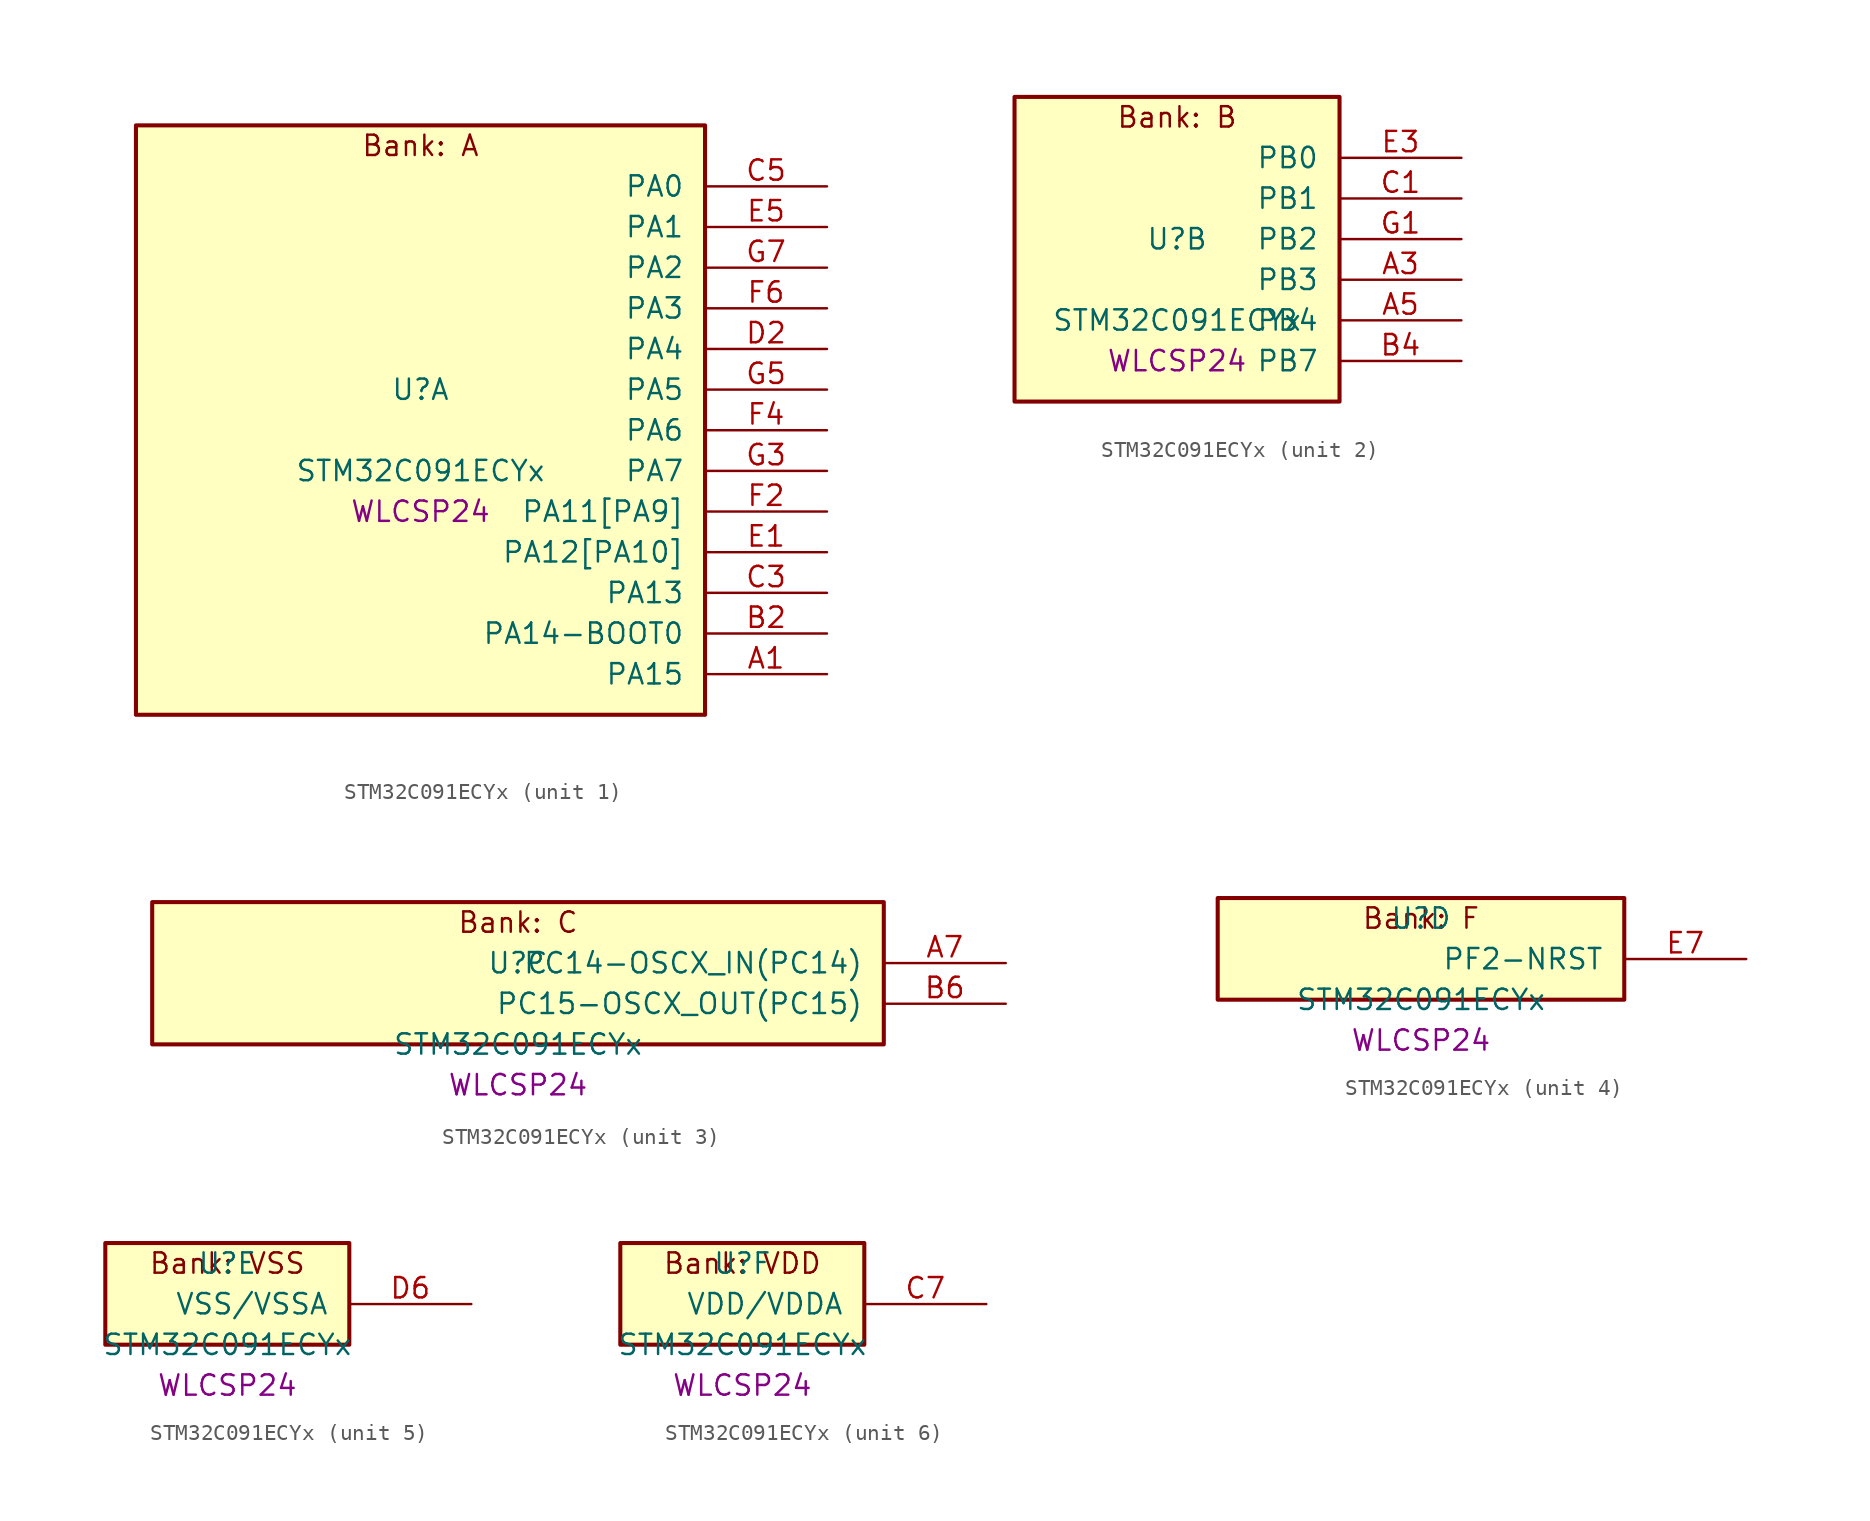
<source format=kicad_sym>
(kicad_symbol_lib
  (version 20241209)
  (generator "stm32_pkl_generator")
  (generator_version "1.0")
  (symbol "STM32C091ECYx"
    (pin_names
      (offset 1.27))
    (property "Reference" "U"
      (at 0 2.54 0))
    (property "Value" "STM32C091ECYx"
      (at 0 -2.54 0))
    (property "Footprint" "WLCSP24"
      (at 0 -5.08 0))
    (symbol "STM32C091ECYx_1_1"
      (rectangle (start -17.78 19.05) (end 17.78 -17.78) (stroke (width 0.254) (type solid)) (fill (type background)))
      (text "Bank: A" (at 0 17.78 0))
      (pin bidirectional line (at 25.4 15.24 180) (length 7.62) (name "PA0") (number "C5") (alternate "PA0/ADC1_IN0" bidirectional line) (alternate "PA0/PWR_WKUP1" bidirectional line) (alternate "PA0/SPI2_SCK" bidirectional line) (alternate "PA0/TIM16_CH1" bidirectional line) (alternate "PA0/TIM1_CH1" bidirectional line) (alternate "PA0/TIM2_CH1" bidirectional line) (alternate "PA0/TIM2_ETR" bidirectional line) (alternate "PA0/USART1_TX" bidirectional line) (alternate "PA0/USART2_CTS" bidirectional line) (alternate "PA0/USART2_NSS" bidirectional line) (alternate "PA0/USART4_TX" bidirectional line))
      (pin bidirectional line (at 25.4 12.7 180) (length 7.62) (name "PA1") (number "E5") (alternate "PA1/ADC1_IN1" bidirectional line) (alternate "PA1/I2C1_SMBA" bidirectional line) (alternate "PA1/I2S1_CK" bidirectional line) (alternate "PA1/SPI1_SCK" bidirectional line) (alternate "PA1/TIM15_CH1N" bidirectional line) (alternate "PA1/TIM17_CH1" bidirectional line) (alternate "PA1/TIM1_CH2" bidirectional line) (alternate "PA1/TIM2_CH2" bidirectional line) (alternate "PA1/USART1_RX" bidirectional line) (alternate "PA1/USART2_CK" bidirectional line) (alternate "PA1/USART2_DE" bidirectional line) (alternate "PA1/USART2_RTS" bidirectional line) (alternate "PA1/USART4_RX" bidirectional line))
      (pin bidirectional line (at 25.4 10.16 180) (length 7.62) (name "PA2") (number "G7") (alternate "PA2/ADC1_IN2" bidirectional line) (alternate "PA2/I2S1_SD" bidirectional line) (alternate "PA2/PWR_WKUP4" bidirectional line) (alternate "PA2/RCC_LSCO" bidirectional line) (alternate "PA2/SPI1_MOSI" bidirectional line) (alternate "PA2/TIM15_CH1" bidirectional line) (alternate "PA2/TIM16_CH1N" bidirectional line) (alternate "PA2/TIM1_CH3" bidirectional line) (alternate "PA2/TIM2_CH3" bidirectional line) (alternate "PA2/TIM3_ETR" bidirectional line) (alternate "PA2/USART2_TX" bidirectional line))
      (pin bidirectional line (at 25.4 7.62 180) (length 7.62) (name "PA3") (number "F6") (alternate "PA3/ADC1_IN3" bidirectional line) (alternate "PA3/SPI2_MISO" bidirectional line) (alternate "PA3/TIM15_CH2" bidirectional line) (alternate "PA3/TIM1_CH1N" bidirectional line) (alternate "PA3/TIM1_CH4" bidirectional line) (alternate "PA3/TIM2_CH4" bidirectional line) (alternate "PA3/USART2_RX" bidirectional line))
      (pin bidirectional line (at 25.4 5.08 180) (length 7.62) (name "PA4") (number "D2") (alternate "PA4/ADC1_IN4" bidirectional line) (alternate "PA4/I2S1_WS" bidirectional line) (alternate "PA4/PWR_WKUP2" bidirectional line) (alternate "PA4/RTC_OUT1" bidirectional line) (alternate "PA4/RTC_TS" bidirectional line) (alternate "PA4/SPI1_NSS" bidirectional line) (alternate "PA4/SPI2_MOSI" bidirectional line) (alternate "PA4/TIM14_CH1" bidirectional line) (alternate "PA4/TIM17_CH1N" bidirectional line) (alternate "PA4/TIM1_CH2N" bidirectional line) (alternate "PA4/USART2_TX" bidirectional line))
      (pin bidirectional line (at 25.4 2.54 180) (length 7.62) (name "PA5") (number "G5") (alternate "PA5/ADC1_IN5" bidirectional line) (alternate "PA5/I2S1_CK" bidirectional line) (alternate "PA5/SPI1_SCK" bidirectional line) (alternate "PA5/TIM1_CH1" bidirectional line) (alternate "PA5/TIM1_CH3N" bidirectional line) (alternate "PA5/TIM2_CH1" bidirectional line) (alternate "PA5/TIM2_ETR" bidirectional line) (alternate "PA5/USART2_RX" bidirectional line) (alternate "PA5/USART3_TX" bidirectional line))
      (pin bidirectional line (at 25.4 0 180) (length 7.62) (name "PA6") (number "F4") (alternate "PA6/ADC1_IN6" bidirectional line) (alternate "PA6/I2C2_SDA" bidirectional line) (alternate "PA6/I2S1_MCK" bidirectional line) (alternate "PA6/SPI1_MISO" bidirectional line) (alternate "PA6/TIM16_CH1" bidirectional line) (alternate "PA6/TIM1_BKIN" bidirectional line) (alternate "PA6/TIM3_CH1" bidirectional line) (alternate "PA6/USART3_CTS" bidirectional line) (alternate "PA6/USART3_NSS" bidirectional line))
      (pin bidirectional line (at 25.4 -2.54 180) (length 7.62) (name "PA7") (number "G3") (alternate "PA7/ADC1_IN7" bidirectional line) (alternate "PA7/I2C2_SCL" bidirectional line) (alternate "PA7/I2S1_SD" bidirectional line) (alternate "PA7/SPI1_MOSI" bidirectional line) (alternate "PA7/TIM14_CH1" bidirectional line) (alternate "PA7/TIM17_CH1" bidirectional line) (alternate "PA7/TIM1_CH1N" bidirectional line) (alternate "PA7/TIM3_CH2" bidirectional line))
      (pin bidirectional line (at 25.4 -5.08 180) (length 7.62) (name "PA11[PA9]") (number "F2") (alternate "PA11[PA9]/ADC1_EXTI11" bidirectional line) (alternate "PA11[PA9]/I2C2_SCL" bidirectional line) (alternate "PA11[PA9]/I2S1_MCK" bidirectional line) (alternate "PA11[PA9]/SPI1_MISO" bidirectional line) (alternate "PA11[PA9]/TIM1_BKIN2" bidirectional line) (alternate "PA11[PA9]/TIM1_CH4" bidirectional line) (alternate "PA11[PA9]/USART1_CTS" bidirectional line) (alternate "PA11[PA9]/USART1_NSS" bidirectional line) (alternate "PA11[PA9]/PA9[PA11]" bidirectional line) (alternate "PA11[PA9]/I2C1_SCL" bidirectional line) (alternate "PA11[PA9]/RCC_MCO" bidirectional line) (alternate "PA11[PA9]/SPI2_MISO" bidirectional line) (alternate "PA11[PA9]/TIM15_BKIN" bidirectional line) (alternate "PA11[PA9]/TIM1_CH2" bidirectional line) (alternate "PA11[PA9]/TIM3_ETR" bidirectional line) (alternate "PA11[PA9]/USART1_TX" bidirectional line))
      (pin bidirectional line (at 25.4 -7.62 180) (length 7.62) (name "PA12[PA10]") (number "E1") (alternate "PA12[PA10]/I2C2_SDA" bidirectional line) (alternate "PA12[PA10]/I2S1_SD" bidirectional line) (alternate "PA12[PA10]/I2S_CKIN" bidirectional line) (alternate "PA12[PA10]/SPI1_MOSI" bidirectional line) (alternate "PA12[PA10]/TIM1_ETR" bidirectional line) (alternate "PA12[PA10]/USART1_CK" bidirectional line) (alternate "PA12[PA10]/USART1_DE" bidirectional line) (alternate "PA12[PA10]/USART1_RTS" bidirectional line) (alternate "PA12[PA10]/PA10[PA12]" bidirectional line) (alternate "PA12[PA10]/I2C1_SDA" bidirectional line) (alternate "PA12[PA10]/RCC_MCO_2" bidirectional line) (alternate "PA12[PA10]/SPI2_MOSI" bidirectional line) (alternate "PA12[PA10]/TIM17_BKIN" bidirectional line) (alternate "PA12[PA10]/TIM1_CH3" bidirectional line) (alternate "PA12[PA10]/USART1_RX" bidirectional line))
      (pin bidirectional line (at 25.4 -10.16 180) (length 7.62) (name "PA13") (number "C3") (alternate "PA13/ADC1_IN13" bidirectional line) (alternate "PA13/DEBUG_SWDIO" bidirectional line) (alternate "PA13/IR_OUT" bidirectional line) (alternate "PA13/TIM3_ETR" bidirectional line) (alternate "PA13/USART2_RX" bidirectional line))
      (pin bidirectional line (at 25.4 -12.7 180) (length 7.62) (name "PA14-BOOT0") (number "B2") (alternate "PA14-BOOT0/ADC1_IN14" bidirectional line) (alternate "PA14-BOOT0/BOOT0" bidirectional line) (alternate "PA14-BOOT0/DEBUG_SWCLK" bidirectional line) (alternate "PA14-BOOT0/I2S1_WS" bidirectional line) (alternate "PA14-BOOT0/RCC_MCO_2" bidirectional line) (alternate "PA14-BOOT0/SPI1_NSS" bidirectional line) (alternate "PA14-BOOT0/TIM1_CH1" bidirectional line) (alternate "PA14-BOOT0/USART1_CK" bidirectional line) (alternate "PA14-BOOT0/USART1_DE" bidirectional line) (alternate "PA14-BOOT0/USART1_RTS" bidirectional line) (alternate "PA14-BOOT0/USART2_RX" bidirectional line) (alternate "PA14-BOOT0/USART2_TX" bidirectional line))
      (pin bidirectional line (at 25.4 -15.24 180) (length 7.62) (name "PA15") (number "A1") (alternate "PA15/I2S1_WS" bidirectional line) (alternate "PA15/RCC_MCO_2" bidirectional line) (alternate "PA15/SPI1_NSS" bidirectional line) (alternate "PA15/TIM1_CH1" bidirectional line) (alternate "PA15/TIM2_CH1" bidirectional line) (alternate "PA15/TIM2_ETR" bidirectional line) (alternate "PA15/USART1_CK" bidirectional line) (alternate "PA15/USART1_DE" bidirectional line) (alternate "PA15/USART1_RTS" bidirectional line) (alternate "PA15/USART2_RX" bidirectional line) (alternate "PA15/USART3_CK" bidirectional line) (alternate "PA15/USART3_DE" bidirectional line) (alternate "PA15/USART3_RTS" bidirectional line) (alternate "PA15/USART4_CK" bidirectional line) (alternate "PA15/USART4_DE" bidirectional line) (alternate "PA15/USART4_RTS" bidirectional line)))
    (symbol "STM32C091ECYx_2_1"
      (rectangle (start -10.16 11.43) (end 10.16 -7.62) (stroke (width 0.254) (type solid)) (fill (type background)))
      (text "Bank: B" (at 0 10.16 0))
      (pin bidirectional line (at 17.78 7.62 180) (length 7.62) (name "PB0") (number "E3") (alternate "PB0/ADC1_IN17" bidirectional line) (alternate "PB0/I2S1_WS" bidirectional line) (alternate "PB0/SPI1_NSS" bidirectional line) (alternate "PB0/TIM1_CH2N" bidirectional line) (alternate "PB0/TIM3_CH3" bidirectional line) (alternate "PB0/USART3_RX" bidirectional line))
      (pin bidirectional line (at 17.78 5.08 180) (length 7.62) (name "PB1") (number "C1") (alternate "PB1/ADC1_IN18" bidirectional line) (alternate "PB1/TIM14_CH1" bidirectional line) (alternate "PB1/TIM1_CH2N" bidirectional line) (alternate "PB1/TIM1_CH3N" bidirectional line) (alternate "PB1/TIM3_CH4" bidirectional line) (alternate "PB1/USART3_CK" bidirectional line) (alternate "PB1/USART3_DE" bidirectional line) (alternate "PB1/USART3_RTS" bidirectional line))
      (pin bidirectional line (at 17.78 2.54 180) (length 7.62) (name "PB2") (number "G1") (alternate "PB2/ADC1_IN19" bidirectional line) (alternate "PB2/RCC_MCO_2" bidirectional line) (alternate "PB2/SPI2_MISO" bidirectional line) (alternate "PB2/USART1_RX" bidirectional line) (alternate "PB2/USART3_TX" bidirectional line) (alternate "PB2/PA8" bidirectional line) (alternate "PB2/ADC1_IN8" bidirectional line) (alternate "PB2/I2S1_WS" bidirectional line) (alternate "PB2/RCC_MCO" bidirectional line) (alternate "PB2/SPI1_NSS" bidirectional line) (alternate "PB2/SPI2_NSS" bidirectional line) (alternate "PB2/TIM14_CH1" bidirectional line) (alternate "PB2/TIM1_CH1" bidirectional line) (alternate "PB2/TIM1_CH2N" bidirectional line) (alternate "PB2/TIM1_CH3N" bidirectional line) (alternate "PB2/TIM3_CH3" bidirectional line) (alternate "PB2/TIM3_CH4" bidirectional line) (alternate "PB2/USART2_TX" bidirectional line))
      (pin bidirectional line (at 17.78 0 180) (length 7.62) (name "PB3") (number "A3") (alternate "PB3/I2C2_SCL" bidirectional line) (alternate "PB3/I2S1_CK" bidirectional line) (alternate "PB3/SPI1_SCK" bidirectional line) (alternate "PB3/TIM1_CH2" bidirectional line) (alternate "PB3/TIM2_CH2" bidirectional line) (alternate "PB3/TIM3_CH2" bidirectional line) (alternate "PB3/USART1_CK" bidirectional line) (alternate "PB3/USART1_DE" bidirectional line) (alternate "PB3/USART1_RTS" bidirectional line) (alternate "PB3/PB5" bidirectional line) (alternate "PB3/I2C1_SMBA" bidirectional line) (alternate "PB3/I2S1_SD" bidirectional line) (alternate "PB3/PWR_WKUP6" bidirectional line) (alternate "PB3/SPI1_MOSI" bidirectional line) (alternate "PB3/TIM16_BKIN" bidirectional line) (alternate "PB3/TIM3_CH3" bidirectional line))
      (pin bidirectional line (at 17.78 -2.54 180) (length 7.62) (name "PB4") (number "A5") (alternate "PB4/I2C2_SDA" bidirectional line) (alternate "PB4/I2S1_MCK" bidirectional line) (alternate "PB4/SPI1_MISO" bidirectional line) (alternate "PB4/TIM17_BKIN" bidirectional line) (alternate "PB4/TIM3_CH1" bidirectional line) (alternate "PB4/USART1_CTS" bidirectional line) (alternate "PB4/USART1_NSS" bidirectional line) (alternate "PB4/PB6" bidirectional line) (alternate "PB4/I2C1_SCL" bidirectional line) (alternate "PB4/I2C1_SMBA" bidirectional line) (alternate "PB4/I2S1_CK" bidirectional line) (alternate "PB4/I2S1_SD" bidirectional line) (alternate "PB4/PWR_WKUP3" bidirectional line) (alternate "PB4/SPI1_MOSI" bidirectional line) (alternate "PB4/SPI1_SCK" bidirectional line) (alternate "PB4/SPI2_MISO" bidirectional line) (alternate "PB4/TIM16_BKIN" bidirectional line) (alternate "PB4/TIM16_CH1N" bidirectional line) (alternate "PB4/TIM1_CH2" bidirectional line) (alternate "PB4/TIM1_CH3" bidirectional line) (alternate "PB4/TIM3_CH2" bidirectional line) (alternate "PB4/TIM3_CH3" bidirectional line) (alternate "PB4/USART1_TX" bidirectional line))
      (pin bidirectional line (at 17.78 -5.08 180) (length 7.62) (name "PB7") (number "B4") (alternate "PB7/I2C1_SCL" bidirectional line) (alternate "PB7/I2C1_SDA" bidirectional line) (alternate "PB7/RTC_REFIN" bidirectional line) (alternate "PB7/SPI2_MOSI" bidirectional line) (alternate "PB7/TIM16_CH1" bidirectional line) (alternate "PB7/TIM17_CH1N" bidirectional line) (alternate "PB7/TIM1_CH4" bidirectional line) (alternate "PB7/TIM3_CH1" bidirectional line) (alternate "PB7/TIM3_CH4" bidirectional line) (alternate "PB7/USART1_RX" bidirectional line) (alternate "PB7/USART2_CTS" bidirectional line) (alternate "PB7/USART2_NSS" bidirectional line) (alternate "PB7/USART4_CTS" bidirectional line) (alternate "PB7/USART4_NSS" bidirectional line) (alternate "PB7/PB8" bidirectional line) (alternate "PB7/SPI2_SCK" bidirectional line) (alternate "PB7/TIM15_BKIN" bidirectional line) (alternate "PB7/USART3_TX" bidirectional line)))
    (symbol "STM32C091ECYx_3_1"
      (rectangle (start -22.86 6.35) (end 22.86 -2.54) (stroke (width 0.254) (type solid)) (fill (type background)))
      (text "Bank: C" (at 0 5.08 0))
      (pin bidirectional line (at 30.48 2.54 180) (length 7.62) (name "PC14-OSCX_IN(PC14)") (number "A7") (alternate "PC14-OSCX_IN(PC14)/I2C1_SDA" bidirectional line) (alternate "PC14-OSCX_IN(PC14)/IR_OUT" bidirectional line) (alternate "PC14-OSCX_IN(PC14)/RCC_OSCX_IN" bidirectional line) (alternate "PC14-OSCX_IN(PC14)/SPI2_NSS" bidirectional line) (alternate "PC14-OSCX_IN(PC14)/TIM17_CH1" bidirectional line) (alternate "PC14-OSCX_IN(PC14)/TIM1_BKIN2" bidirectional line) (alternate "PC14-OSCX_IN(PC14)/TIM1_ETR" bidirectional line) (alternate "PC14-OSCX_IN(PC14)/TIM3_CH2" bidirectional line) (alternate "PC14-OSCX_IN(PC14)/USART1_TX" bidirectional line) (alternate "PC14-OSCX_IN(PC14)/USART2_CK" bidirectional line) (alternate "PC14-OSCX_IN(PC14)/USART2_DE" bidirectional line) (alternate "PC14-OSCX_IN(PC14)/USART2_RTS" bidirectional line) (alternate "PC14-OSCX_IN(PC14)/USART3_TX" bidirectional line))
      (pin bidirectional line (at 30.48 0 180) (length 7.62) (name "PC15-OSCX_OUT(PC15)") (number "B6") (alternate "PC15-OSCX_OUT(PC15)/RCC_OSC32_EN" bidirectional line) (alternate "PC15-OSCX_OUT(PC15)/RCC_OSCX_OUT" bidirectional line) (alternate "PC15-OSCX_OUT(PC15)/RCC_OSC_EN" bidirectional line) (alternate "PC15-OSCX_OUT(PC15)/TIM15_BKIN" bidirectional line) (alternate "PC15-OSCX_OUT(PC15)/TIM1_ETR" bidirectional line) (alternate "PC15-OSCX_OUT(PC15)/TIM3_CH3" bidirectional line)))
    (symbol "STM32C091ECYx_4_1"
      (rectangle (start -12.7 3.81) (end 12.7 -2.54) (stroke (width 0.254) (type solid)) (fill (type background)))
      (text "Bank: F" (at 0 2.54 0))
      (pin bidirectional line (at 20.32 0 180) (length 7.62) (name "PF2-NRST") (number "E7") (alternate "PF2-NRST/RCC_MCO" bidirectional line) (alternate "PF2-NRST/TIM1_CH4" bidirectional line)))
    (symbol "STM32C091ECYx_5_1"
      (rectangle (start -7.62 3.81) (end 7.62 -2.54) (stroke (width 0.254) (type solid)) (fill (type background)))
      (text "Bank: VSS" (at 0 2.54 0))
      (pin power_in line (at 15.24 0 180) (length 7.62) (name "VSS/VSSA") (number "D6")))
    (symbol "STM32C091ECYx_6_1"
      (rectangle (start -7.62 3.81) (end 7.62 -2.54) (stroke (width 0.254) (type solid)) (fill (type background)))
      (text "Bank: VDD" (at 0 2.54 0))
      (pin power_in line (at 15.24 0 180) (length 7.62) (name "VDD/VDDA") (number "C7")))))
</source>
